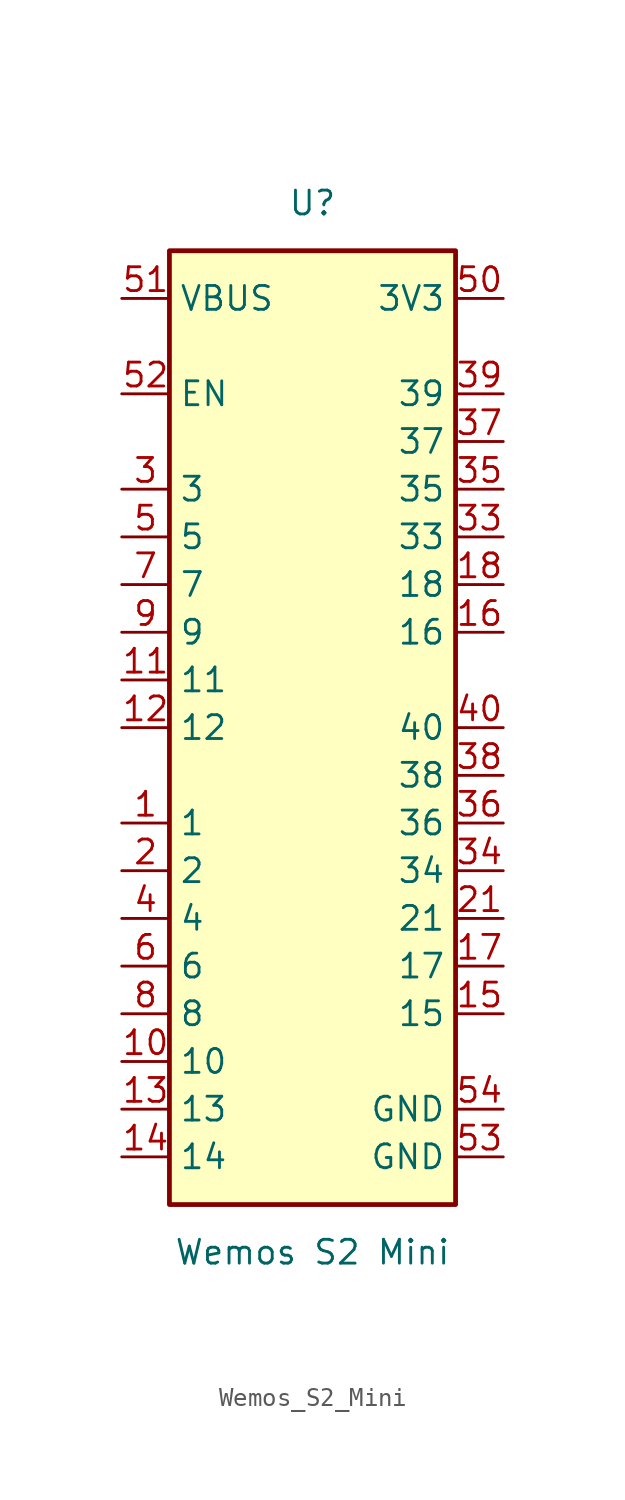
<source format=kicad_sym>
(kicad_symbol_lib
  (version 20220914)
  (generator kicad_symbol_editor)
  (symbol "Wemos_S2_Mini"
    (property "Reference" "U"
      (at 10.16 22.86 0)
      (effects (font (size 1.27 1.27))))
    (property "Value" "Wemos S2 Mini"
      (at 10.16 -33.02 0)
      (effects (font (size 1.27 1.27))))
    (symbol "Wemos_S2_Mini_1_1"
      (rectangle (start 2.54 20.32) (end 17.78 -30.48) (stroke (width 0.254) (type default)) (fill (type background)))
      (pin bidirectional line (at 0 -10.16 0) (length 2.54) (name "1" (effects (font (size 1.27 1.27)))) (number "1" (effects (font (size 1.27 1.27)))))
      (pin bidirectional line (at 0 -22.86 0) (length 2.54) (name "10" (effects (font (size 1.27 1.27)))) (number "10" (effects (font (size 1.27 1.27)))))
      (pin bidirectional line (at 0 -2.54 0) (length 2.54) (name "11" (effects (font (size 1.27 1.27)))) (number "11" (effects (font (size 1.27 1.27)))))
      (pin bidirectional line (at 0 -5.08 0) (length 2.54) (name "12" (effects (font (size 1.27 1.27)))) (number "12" (effects (font (size 1.27 1.27)))))
      (pin bidirectional line (at 0 -25.4 0) (length 2.54) (name "13" (effects (font (size 1.27 1.27)))) (number "13" (effects (font (size 1.27 1.27)))))
      (pin bidirectional line (at 0 -27.94 0) (length 2.54) (name "14" (effects (font (size 1.27 1.27)))) (number "14" (effects (font (size 1.27 1.27)))))
      (pin bidirectional line (at 20.32 -20.32 180) (length 2.54) (name "15" (effects (font (size 1.27 1.27)))) (number "15" (effects (font (size 1.27 1.27)))))
      (pin bidirectional line (at 20.32 0 180) (length 2.54) (name "16" (effects (font (size 1.27 1.27)))) (number "16" (effects (font (size 1.27 1.27)))))
      (pin bidirectional line (at 20.32 -17.78 180) (length 2.54) (name "17" (effects (font (size 1.27 1.27)))) (number "17" (effects (font (size 1.27 1.27)))))
      (pin bidirectional line (at 20.32 2.54 180) (length 2.54) (name "18" (effects (font (size 1.27 1.27)))) (number "18" (effects (font (size 1.27 1.27)))))
      (pin bidirectional line (at 0 -12.7 0) (length 2.54) (name "2" (effects (font (size 1.27 1.27)))) (number "2" (effects (font (size 1.27 1.27)))))
      (pin bidirectional line (at 20.32 -15.24 180) (length 2.54) (name "21" (effects (font (size 1.27 1.27)))) (number "21" (effects (font (size 1.27 1.27)))))
      (pin bidirectional line (at 0 7.62 0) (length 2.54) (name "3" (effects (font (size 1.27 1.27)))) (number "3" (effects (font (size 1.27 1.27)))))
      (pin bidirectional line (at 20.32 5.08 180) (length 2.54) (name "33" (effects (font (size 1.27 1.27)))) (number "33" (effects (font (size 1.27 1.27)))))
      (pin bidirectional line (at 20.32 -12.7 180) (length 2.54) (name "34" (effects (font (size 1.27 1.27)))) (number "34" (effects (font (size 1.27 1.27)))))
      (pin bidirectional line (at 20.32 7.62 180) (length 2.54) (name "35" (effects (font (size 1.27 1.27)))) (number "35" (effects (font (size 1.27 1.27)))))
      (pin bidirectional line (at 20.32 -10.16 180) (length 2.54) (name "36" (effects (font (size 1.27 1.27)))) (number "36" (effects (font (size 1.27 1.27)))))
      (pin bidirectional line (at 20.32 10.16 180) (length 2.54) (name "37" (effects (font (size 1.27 1.27)))) (number "37" (effects (font (size 1.27 1.27)))))
      (pin bidirectional line (at 20.32 -7.62 180) (length 2.54) (name "38" (effects (font (size 1.27 1.27)))) (number "38" (effects (font (size 1.27 1.27)))))
      (pin bidirectional line (at 20.32 12.7 180) (length 2.54) (name "39" (effects (font (size 1.27 1.27)))) (number "39" (effects (font (size 1.27 1.27)))))
      (pin bidirectional line (at 0 -15.24 0) (length 2.54) (name "4" (effects (font (size 1.27 1.27)))) (number "4" (effects (font (size 1.27 1.27)))))
      (pin bidirectional line (at 20.32 -5.08 180) (length 2.54) (name "40" (effects (font (size 1.27 1.27)))) (number "40" (effects (font (size 1.27 1.27)))))
      (pin bidirectional line (at 0 5.08 0) (length 2.54) (name "5" (effects (font (size 1.27 1.27)))) (number "5" (effects (font (size 1.27 1.27)))))
      (pin power_out line (at 20.32 17.78 180) (length 2.54) (name "3V3" (effects (font (size 1.27 1.27)))) (number "50" (effects (font (size 1.27 1.27)))))
      (pin power_in line (at 0 17.78 0) (length 2.54) (name "VBUS" (effects (font (size 1.27 1.27)))) (number "51" (effects (font (size 1.27 1.27)))))
      (pin input line (at 0 12.7 0) (length 2.54) (name "EN" (effects (font (size 1.27 1.27)))) (number "52" (effects (font (size 1.27 1.27)))))
      (pin power_in line (at 20.32 -27.94 180) (length 2.54) (name "GND" (effects (font (size 1.27 1.27)))) (number "53" (effects (font (size 1.27 1.27)))))
      (pin power_in line (at 20.32 -25.4 180) (length 2.54) (name "GND" (effects (font (size 1.27 1.27)))) (number "54" (effects (font (size 1.27 1.27)))))
      (pin bidirectional line (at 0 -17.78 0) (length 2.54) (name "6" (effects (font (size 1.27 1.27)))) (number "6" (effects (font (size 1.27 1.27)))))
      (pin bidirectional line (at 0 2.54 0) (length 2.54) (name "7" (effects (font (size 1.27 1.27)))) (number "7" (effects (font (size 1.27 1.27)))))
      (pin bidirectional line (at 0 -20.32 0) (length 2.54) (name "8" (effects (font (size 1.27 1.27)))) (number "8" (effects (font (size 1.27 1.27)))))
      (pin bidirectional line (at 0 0 0) (length 2.54) (name "9" (effects (font (size 1.27 1.27)))) (number "9" (effects (font (size 1.27 1.27))))))))
</source>
